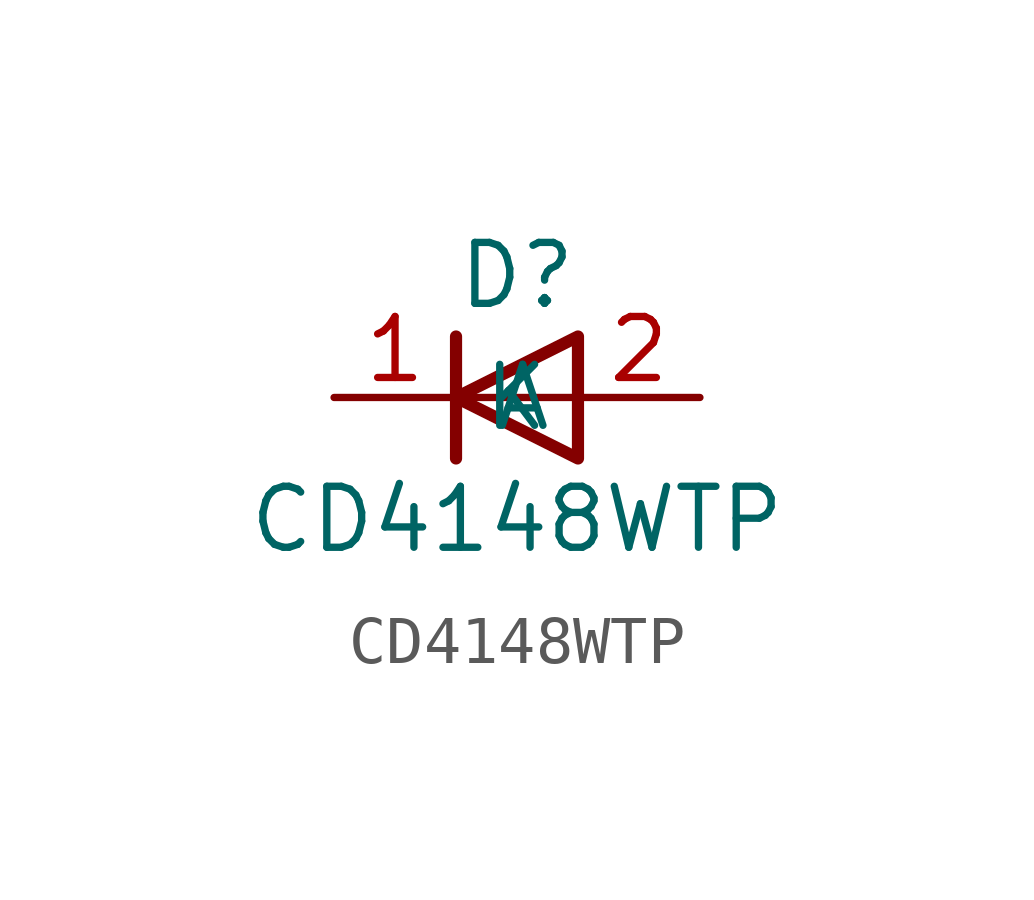
<source format=kicad_sym>
(kicad_symbol_lib
  (version 20220914)
  (generator kicad_symbol_editor)
  (symbol "CD4148WTP"
    (property "Reference" "D"
      (at 0 2.54 0)
      (effects (font (size 1.27 1.27))))
    (property "Value" "CD4148WTP"
      (at 0 -2.54 0)
      (effects (font (size 1.27 1.27))))
    (symbol "CD4148WTP_0_1"
      (polyline (pts (xy -1.27 1.27) (xy -1.27 -1.27)) (stroke (width 0.254) (type default)) (fill (type none)))
      (polyline (pts (xy 1.27 0) (xy -1.27 0)) (stroke (width 0) (type default)) (fill (type none)))
      (polyline (pts (xy 1.27 1.27) (xy 1.27 -1.27) (xy -1.27 0) (xy 1.27 1.27)) (stroke (width 0.254) (type default)) (fill (type none))))
    (symbol "CD4148WTP_1_1"
      (pin passive line (at -3.81 0 0) (length 2.54) (name "K" (effects (font (size 1.27 1.27)))) (number "1" (effects (font (size 1.27 1.27)))))
      (pin passive line (at 3.81 0 180) (length 2.54) (name "A" (effects (font (size 1.27 1.27)))) (number "2" (effects (font (size 1.27 1.27))))))))
</source>
